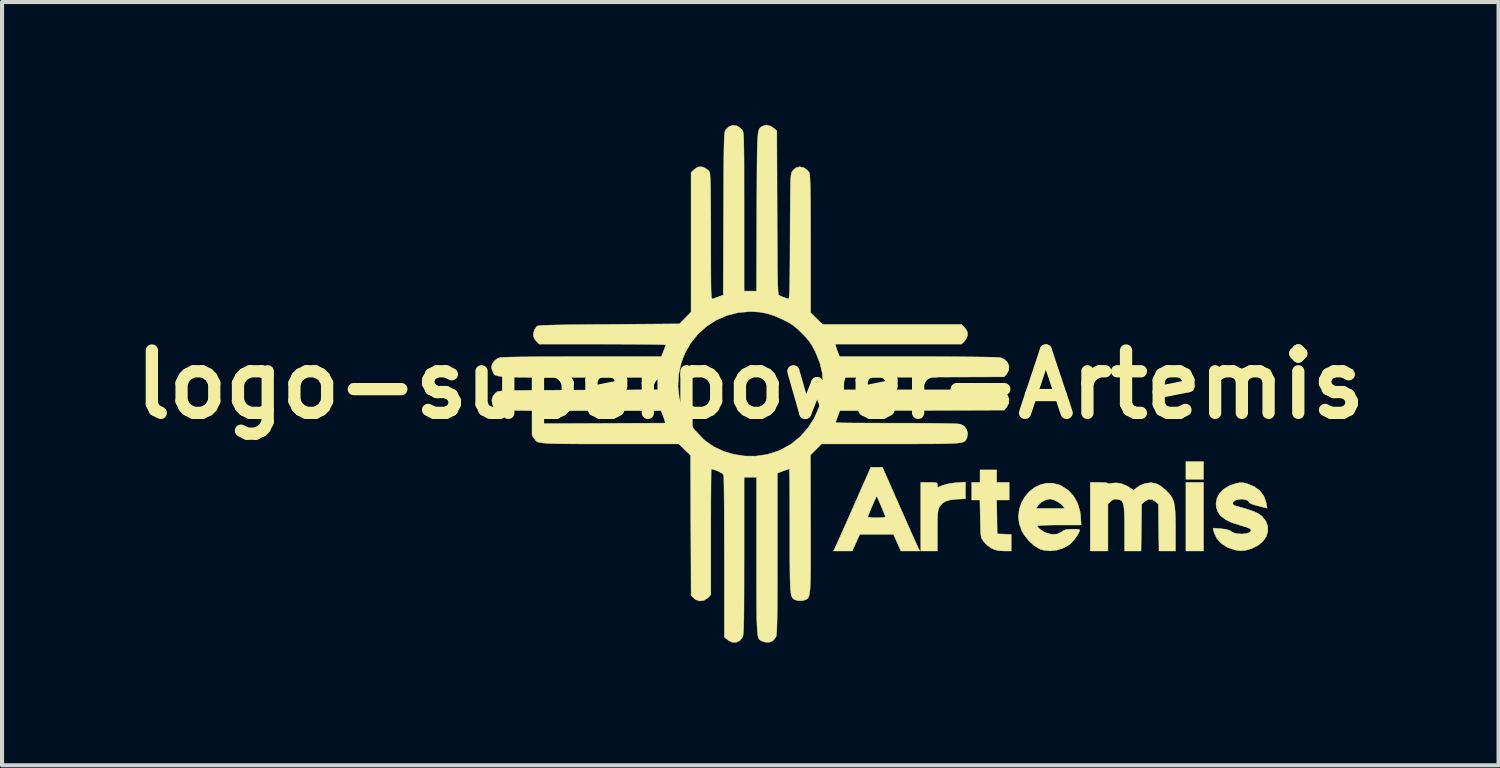
<source format=kicad_pcb>
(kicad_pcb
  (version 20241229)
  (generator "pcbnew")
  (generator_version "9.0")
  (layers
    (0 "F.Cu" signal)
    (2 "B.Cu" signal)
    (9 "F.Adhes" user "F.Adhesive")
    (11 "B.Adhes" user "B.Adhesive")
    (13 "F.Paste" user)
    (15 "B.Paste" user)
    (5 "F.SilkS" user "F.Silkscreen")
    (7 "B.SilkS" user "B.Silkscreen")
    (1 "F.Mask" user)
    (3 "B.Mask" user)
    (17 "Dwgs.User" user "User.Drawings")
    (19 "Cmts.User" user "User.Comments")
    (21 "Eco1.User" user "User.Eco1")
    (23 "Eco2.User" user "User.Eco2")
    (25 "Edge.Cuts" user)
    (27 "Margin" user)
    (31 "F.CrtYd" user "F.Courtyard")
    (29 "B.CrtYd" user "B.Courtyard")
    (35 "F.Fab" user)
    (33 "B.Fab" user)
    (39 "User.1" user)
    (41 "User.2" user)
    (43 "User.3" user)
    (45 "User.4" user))
  (footprint "logo-superpower-Artemis"
    (layer "F.Cu")
    (at 15.284 6.349)
    (property "Reference" "logo-superpower-Artemis" (at 0 0 0) (layer "F.SilkS") (effects (font (size 1.524 1.524) (thickness 0.3))))
    (attr through_hole)
    (fp_poly (pts (xy 11.074 2.311) (xy 10.643 2.311) (xy 10.643 1.88) (xy 11.074 1.88) (xy 11.074 2.311)) (stroke (width 0.01) (type solid)) (fill yes) (layer "F.SilkS"))
    (fp_poly (pts (xy 11.074 4.064) (xy 10.643 4.064) (xy 10.643 2.388) (xy 11.074 2.388) (xy 11.074 4.064)) (stroke (width 0.01) (type solid)) (fill yes) (layer "F.SilkS"))
    (fp_poly (pts (xy 6.02 2.388) (xy 6.325 2.388) (xy 6.325 2.819) (xy 6.019 2.819) (xy 6.026 3.232) (xy 6.032 3.645) (xy 6.204 3.652) (xy 6.375 3.66) (xy 6.375 4.064) (xy 6.203 4.064) (xy 6.081 4.058) (xy 5.983 4.035) (xy 5.901 4) (xy 5.781 3.92) (xy 5.699 3.83) (xy 5.673 3.792) (xy 5.654 3.756) (xy 5.64 3.715) (xy 5.632 3.66) (xy 5.626 3.582) (xy 5.622 3.473) (xy 5.619 3.324) (xy 5.618 3.273) (xy 5.61 2.819) (xy 5.41 2.819) (xy 5.41 2.388) (xy 5.613 2.388) (xy 5.613 2.083) (xy 6.02 2.083) (xy 6.02 2.388)) (stroke (width 0.01) (type solid)) (fill yes) (layer "F.SilkS"))
    (fp_poly (pts (xy 5.257 2.788) (xy 5.045 2.799) (xy 4.885 2.816) (xy 4.766 2.852) (xy 4.679 2.909) (xy 4.619 2.992) (xy 4.615 2.998) (xy 4.6 3.036) (xy 4.588 3.084) (xy 4.58 3.15) (xy 4.575 3.242) (xy 4.572 3.366) (xy 4.571 3.532) (xy 4.571 3.575) (xy 4.571 4.064) (xy 4.165 4.064) (xy 4.165 2.388) (xy 4.368 2.388) (xy 4.469 2.388) (xy 4.529 2.393) (xy 4.559 2.404) (xy 4.57 2.424) (xy 4.571 2.449) (xy 4.571 2.51) (xy 4.704 2.459) (xy 4.8 2.431) (xy 4.922 2.408) (xy 5.047 2.394) (xy 5.047 2.394) (xy 5.257 2.38) (xy 5.257 2.788)) (stroke (width 0.01) (type solid)) (fill yes) (layer "F.SilkS"))
    (fp_poly (pts (xy 3.655 2.985) (xy 3.748 3.194) (xy 3.835 3.39) (xy 3.914 3.569) (xy 3.983 3.724) (xy 4.04 3.85) (xy 4.082 3.943) (xy 4.106 3.997) (xy 4.111 4.007) (xy 4.142 4.064) (xy 3.681 4.064) (xy 3.589 3.861) (xy 3.498 3.658) (xy 2.674 3.658) (xy 2.583 3.861) (xy 2.491 4.064) (xy 2.03 4.064) (xy 2.061 4.007) (xy 2.077 3.972) (xy 2.112 3.895) (xy 2.163 3.783) (xy 2.227 3.64) (xy 2.302 3.471) (xy 2.386 3.282) (xy 2.408 3.232) (xy 2.87 3.232) (xy 2.894 3.241) (xy 2.956 3.247) (xy 3.046 3.251) (xy 3.086 3.251) (xy 3.184 3.249) (xy 3.258 3.242) (xy 3.298 3.233) (xy 3.302 3.229) (xy 3.293 3.201) (xy 3.268 3.139) (xy 3.233 3.054) (xy 3.193 2.96) (xy 3.153 2.867) (xy 3.119 2.789) (xy 3.095 2.738) (xy 3.088 2.725) (xy 3.077 2.744) (xy 3.051 2.798) (xy 3.016 2.876) (xy 2.977 2.967) (xy 2.937 3.06) (xy 2.903 3.143) (xy 2.879 3.204) (xy 2.87 3.232) (xy 2.408 3.232) (xy 2.476 3.077) (xy 2.517 2.985) (xy 2.943 2.019) (xy 3.229 2.019) (xy 3.655 2.985)) (stroke (width 0.01) (type solid)) (fill yes) (layer "F.SilkS"))
    (fp_poly (pts (xy 8.619 2.39) (xy 8.694 2.397) (xy 8.734 2.407) (xy 8.738 2.411) (xy 8.759 2.421) (xy 8.816 2.412) (xy 8.829 2.409) (xy 8.946 2.399) (xy 9.079 2.423) (xy 9.208 2.477) (xy 9.265 2.513) (xy 9.362 2.583) (xy 9.447 2.513) (xy 9.525 2.463) (xy 9.622 2.422) (xy 9.657 2.412) (xy 9.792 2.395) (xy 9.915 2.417) (xy 10.036 2.481) (xy 10.163 2.59) (xy 10.164 2.591) (xy 10.231 2.661) (xy 10.283 2.727) (xy 10.322 2.797) (xy 10.35 2.878) (xy 10.369 2.978) (xy 10.381 3.103) (xy 10.387 3.262) (xy 10.389 3.463) (xy 10.389 3.535) (xy 10.389 4.064) (xy 9.986 4.064) (xy 9.97 2.917) (xy 9.898 2.855) (xy 9.811 2.804) (xy 9.725 2.803) (xy 9.638 2.852) (xy 9.634 2.855) (xy 9.563 2.917) (xy 9.547 4.064) (xy 9.144 4.064) (xy 9.144 3.517) (xy 9.143 3.312) (xy 9.139 3.152) (xy 9.132 3.031) (xy 9.12 2.944) (xy 9.101 2.883) (xy 9.076 2.844) (xy 9.042 2.821) (xy 9.012 2.81) (xy 8.921 2.796) (xy 8.854 2.813) (xy 8.8 2.856) (xy 8.738 2.919) (xy 8.738 4.064) (xy 8.306 4.064) (xy 8.306 2.388) (xy 8.522 2.388) (xy 8.619 2.39)) (stroke (width 0.01) (type solid)) (fill yes) (layer "F.SilkS"))
    (fp_poly (pts (xy 7.399 2.409) (xy 7.565 2.455) (xy 7.599 2.471) (xy 7.767 2.581) (xy 7.902 2.726) (xy 8 2.903) (xy 8.058 3.106) (xy 8.072 3.232) (xy 8.084 3.429) (xy 7.547 3.429) (xy 7.388 3.43) (xy 7.248 3.433) (xy 7.134 3.437) (xy 7.053 3.442) (xy 7.013 3.448) (xy 7.01 3.45) (xy 7.031 3.489) (xy 7.085 3.538) (xy 7.159 3.587) (xy 7.226 3.621) (xy 7.368 3.659) (xy 7.497 3.65) (xy 7.608 3.596) (xy 7.662 3.56) (xy 7.719 3.54) (xy 7.797 3.532) (xy 7.872 3.531) (xy 7.96 3.533) (xy 8.024 3.54) (xy 8.051 3.549) (xy 8.051 3.55) (xy 8.034 3.603) (xy 7.991 3.68) (xy 7.932 3.764) (xy 7.868 3.842) (xy 7.807 3.901) (xy 7.803 3.904) (xy 7.657 3.989) (xy 7.492 4.043) (xy 7.322 4.062) (xy 7.161 4.045) (xy 7.068 4.014) (xy 6.933 3.931) (xy 6.803 3.812) (xy 6.691 3.671) (xy 6.633 3.572) (xy 6.571 3.398) (xy 6.551 3.223) (xy 6.57 3.053) (xy 6.58 3.023) (xy 6.982 3.023) (xy 7.677 3.023) (xy 7.64 2.965) (xy 7.588 2.913) (xy 7.507 2.86) (xy 7.416 2.817) (xy 7.337 2.795) (xy 7.322 2.794) (xy 7.214 2.816) (xy 7.11 2.872) (xy 7.038 2.944) (xy 6.982 3.023) (xy 6.58 3.023) (xy 6.623 2.892) (xy 6.705 2.746) (xy 6.811 2.619) (xy 6.939 2.517) (xy 7.082 2.445) (xy 7.237 2.407) (xy 7.399 2.409)) (stroke (width 0.01) (type solid)) (fill yes) (layer "F.SilkS"))
    (fp_poly (pts (xy 12.044 2.398) (xy 12.14 2.42) (xy 12.147 2.423) (xy 12.321 2.495) (xy 12.457 2.599) (xy 12.553 2.733) (xy 12.608 2.894) (xy 12.611 2.912) (xy 12.627 3.017) (xy 12.411 2.964) (xy 12.294 2.932) (xy 12.222 2.904) (xy 12.188 2.876) (xy 12.184 2.867) (xy 12.15 2.827) (xy 12.083 2.804) (xy 12 2.797) (xy 11.914 2.806) (xy 11.842 2.83) (xy 11.797 2.869) (xy 11.79 2.888) (xy 11.793 2.925) (xy 11.824 2.95) (xy 11.892 2.972) (xy 12.082 3.024) (xy 12.229 3.071) (xy 12.341 3.115) (xy 12.427 3.16) (xy 12.493 3.209) (xy 12.505 3.221) (xy 12.598 3.337) (xy 12.644 3.462) (xy 12.645 3.589) (xy 12.605 3.713) (xy 12.526 3.827) (xy 12.409 3.925) (xy 12.257 4.002) (xy 12.193 4.023) (xy 12.075 4.052) (xy 11.975 4.059) (xy 11.868 4.045) (xy 11.83 4.036) (xy 11.656 3.975) (xy 11.512 3.883) (xy 11.403 3.764) (xy 11.336 3.625) (xy 11.328 3.594) (xy 11.308 3.504) (xy 11.502 3.52) (xy 11.618 3.534) (xy 11.696 3.555) (xy 11.749 3.585) (xy 11.756 3.591) (xy 11.82 3.624) (xy 11.913 3.644) (xy 12.017 3.649) (xy 12.115 3.639) (xy 12.19 3.615) (xy 12.209 3.601) (xy 12.234 3.568) (xy 12.23 3.539) (xy 12.194 3.512) (xy 12.12 3.482) (xy 12.003 3.446) (xy 11.972 3.437) (xy 11.769 3.371) (xy 11.612 3.296) (xy 11.498 3.211) (xy 11.425 3.112) (xy 11.386 2.996) (xy 11.379 2.904) (xy 11.403 2.77) (xy 11.473 2.648) (xy 11.581 2.543) (xy 11.724 2.461) (xy 11.877 2.411) (xy 11.966 2.395) (xy 12.044 2.398)) (stroke (width 0.01) (type solid)) (fill yes) (layer "F.SilkS"))
    (fp_poly (pts (xy 0.501 -6.316) (xy 0.577 -6.263) (xy 0.648 -6.202) (xy 0.655 -4.209) (xy 0.656 -3.825) (xy 0.658 -3.49) (xy 0.66 -3.199) (xy 0.662 -2.952) (xy 0.664 -2.745) (xy 0.668 -2.575) (xy 0.671 -2.44) (xy 0.675 -2.337) (xy 0.68 -2.263) (xy 0.685 -2.217) (xy 0.691 -2.194) (xy 0.693 -2.191) (xy 0.738 -2.165) (xy 0.8 -2.14) (xy 0.869 -2.115) (xy 0.92 -2.096) (xy 0.929 -2.094) (xy 0.937 -2.101) (xy 0.944 -2.119) (xy 0.949 -2.152) (xy 0.954 -2.204) (xy 0.958 -2.278) (xy 0.961 -2.379) (xy 0.963 -2.509) (xy 0.965 -2.674) (xy 0.967 -2.875) (xy 0.969 -3.118) (xy 0.97 -3.405) (xy 0.971 -3.615) (xy 0.972 -3.933) (xy 0.974 -4.204) (xy 0.975 -4.432) (xy 0.977 -4.62) (xy 0.979 -4.774) (xy 0.982 -4.897) (xy 0.985 -4.993) (xy 0.989 -5.066) (xy 0.995 -5.119) (xy 1.001 -5.157) (xy 1.008 -5.184) (xy 1.017 -5.203) (xy 1.028 -5.219) (xy 1.031 -5.224) (xy 1.112 -5.298) (xy 1.206 -5.324) (xy 1.305 -5.302) (xy 1.326 -5.291) (xy 1.39 -5.242) (xy 1.438 -5.186) (xy 1.441 -5.18) (xy 1.448 -5.155) (xy 1.453 -5.106) (xy 1.458 -5.03) (xy 1.462 -4.924) (xy 1.466 -4.785) (xy 1.468 -4.611) (xy 1.47 -4.397) (xy 1.472 -4.143) (xy 1.472 -3.843) (xy 1.473 -3.497) (xy 1.473 -3.438) (xy 1.473 -1.757) (xy 1.619 -1.615) (xy 1.764 -1.473) (xy 3.462 -1.473) (xy 5.16 -1.473) (xy 5.234 -1.399) (xy 5.297 -1.307) (xy 5.31 -1.209) (xy 5.274 -1.113) (xy 5.234 -1.065) (xy 5.16 -0.991) (xy 2.077 -0.991) (xy 2.094 -0.922) (xy 2.117 -0.849) (xy 2.147 -0.77) (xy 2.147 -0.77) (xy 2.182 -0.686) (xy 4.094 -0.685) (xy 4.416 -0.685) (xy 4.721 -0.684) (xy 5.006 -0.682) (xy 5.267 -0.68) (xy 5.5 -0.678) (xy 5.701 -0.675) (xy 5.867 -0.672) (xy 5.993 -0.668) (xy 6.076 -0.665) (xy 6.109 -0.661) (xy 6.214 -0.616) (xy 6.286 -0.544) (xy 6.321 -0.454) (xy 6.316 -0.358) (xy 6.266 -0.264) (xy 6.263 -0.262) (xy 6.202 -0.191) (xy 4.244 -0.184) (xy 2.286 -0.177) (xy 2.286 0.127) (xy 4.179 0.127) (xy 4.546 0.127) (xy 4.865 0.127) (xy 5.141 0.128) (xy 5.376 0.129) (xy 5.574 0.131) (xy 5.738 0.134) (xy 5.872 0.138) (xy 5.98 0.144) (xy 6.064 0.151) (xy 6.128 0.161) (xy 6.176 0.172) (xy 6.211 0.186) (xy 6.237 0.202) (xy 6.256 0.221) (xy 6.273 0.242) (xy 6.283 0.257) (xy 6.321 0.351) (xy 6.315 0.454) (xy 6.266 0.547) (xy 6.263 0.551) (xy 6.202 0.622) (xy 2.188 0.636) (xy 2.135 0.776) (xy 2.107 0.853) (xy 2.088 0.909) (xy 2.083 0.928) (xy 2.107 0.93) (xy 2.178 0.932) (xy 2.291 0.934) (xy 2.442 0.936) (xy 2.625 0.937) (xy 2.837 0.938) (xy 3.073 0.939) (xy 3.328 0.94) (xy 3.562 0.94) (xy 3.894 0.94) (xy 4.191 0.942) (xy 4.453 0.944) (xy 4.676 0.947) (xy 4.859 0.951) (xy 4.998 0.955) (xy 5.091 0.96) (xy 5.135 0.966) (xy 5.225 1.015) (xy 5.286 1.095) (xy 5.311 1.192) (xy 5.295 1.295) (xy 5.282 1.322) (xy 5.269 1.346) (xy 5.254 1.367) (xy 5.235 1.385) (xy 5.206 1.4) (xy 5.166 1.412) (xy 5.11 1.422) (xy 5.034 1.43) (xy 4.935 1.436) (xy 4.809 1.441) (xy 4.653 1.444) (xy 4.463 1.446) (xy 4.236 1.447) (xy 3.967 1.448) (xy 3.654 1.448) (xy 3.424 1.448) (xy 1.74 1.449) (xy 1.604 1.585) (xy 1.468 1.721) (xy 1.472 3.399) (xy 1.473 3.744) (xy 1.473 4.041) (xy 1.473 4.295) (xy 1.472 4.508) (xy 1.47 4.686) (xy 1.466 4.831) (xy 1.462 4.946) (xy 1.455 5.037) (xy 1.446 5.105) (xy 1.435 5.156) (xy 1.422 5.191) (xy 1.406 5.216) (xy 1.387 5.234) (xy 1.364 5.248) (xy 1.348 5.257) (xy 1.267 5.279) (xy 1.172 5.279) (xy 1.091 5.257) (xy 1.091 5.257) (xy 1.065 5.243) (xy 1.044 5.227) (xy 1.026 5.205) (xy 1.01 5.175) (xy 0.998 5.13) (xy 0.988 5.069) (xy 0.98 4.987) (xy 0.975 4.88) (xy 0.971 4.745) (xy 0.968 4.578) (xy 0.966 4.374) (xy 0.965 4.13) (xy 0.965 3.842) (xy 0.965 3.57) (xy 0.965 3.298) (xy 0.964 3.042) (xy 0.964 2.806) (xy 0.962 2.594) (xy 0.961 2.411) (xy 0.959 2.262) (xy 0.957 2.15) (xy 0.955 2.08) (xy 0.953 2.057) (xy 0.925 2.066) (xy 0.864 2.087) (xy 0.801 2.11) (xy 0.66 2.163) (xy 0.66 4.131) (xy 0.66 4.499) (xy 0.66 4.82) (xy 0.659 5.097) (xy 0.658 5.333) (xy 0.657 5.531) (xy 0.655 5.696) (xy 0.652 5.83) (xy 0.649 5.936) (xy 0.645 6.018) (xy 0.641 6.079) (xy 0.636 6.123) (xy 0.629 6.153) (xy 0.622 6.173) (xy 0.622 6.173) (xy 0.554 6.256) (xy 0.463 6.296) (xy 0.356 6.291) (xy 0.291 6.269) (xy 0.266 6.257) (xy 0.244 6.246) (xy 0.225 6.23) (xy 0.209 6.207) (xy 0.195 6.174) (xy 0.184 6.127) (xy 0.175 6.062) (xy 0.168 5.977) (xy 0.163 5.867) (xy 0.158 5.73) (xy 0.156 5.562) (xy 0.154 5.361) (xy 0.153 5.121) (xy 0.152 4.84) (xy 0.152 4.516) (xy 0.152 4.18) (xy 0.152 2.261) (xy -0.152 2.261) (xy -0.152 4.18) (xy -0.153 4.543) (xy -0.153 4.859) (xy -0.154 5.131) (xy -0.155 5.363) (xy -0.156 5.557) (xy -0.158 5.717) (xy -0.161 5.847) (xy -0.164 5.95) (xy -0.168 6.029) (xy -0.173 6.088) (xy -0.178 6.129) (xy -0.185 6.157) (xy -0.191 6.173) (xy -0.258 6.255) (xy -0.346 6.296) (xy -0.444 6.293) (xy -0.542 6.245) (xy -0.557 6.233) (xy -0.635 6.168) (xy -0.635 4.22) (xy -0.636 3.909) (xy -0.636 3.612) (xy -0.637 3.333) (xy -0.638 3.075) (xy -0.64 2.844) (xy -0.642 2.643) (xy -0.644 2.475) (xy -0.646 2.346) (xy -0.648 2.259) (xy -0.65 2.219) (xy -0.651 2.217) (xy -0.682 2.172) (xy -0.755 2.129) (xy -0.804 2.109) (xy -0.88 2.081) (xy -0.935 2.062) (xy -0.953 2.057) (xy -0.956 2.082) (xy -0.958 2.153) (xy -0.959 2.266) (xy -0.961 2.417) (xy -0.962 2.601) (xy -0.964 2.815) (xy -0.964 3.052) (xy -0.965 3.31) (xy -0.965 3.584) (xy -0.965 5.135) (xy -1.039 5.209) (xy -1.131 5.27) (xy -1.231 5.286) (xy -1.328 5.257) (xy -1.38 5.217) (xy -1.447 5.15) (xy -1.454 3.437) (xy -1.46 1.724) (xy -1.604 1.586) (xy -1.748 1.448) (xy -3.417 1.448) (xy -3.763 1.448) (xy -4.062 1.448) (xy -4.318 1.447) (xy -4.534 1.445) (xy -4.713 1.443) (xy -4.859 1.438) (xy -4.976 1.433) (xy -5.067 1.425) (xy -5.135 1.414) (xy -5.186 1.402) (xy -5.221 1.386) (xy -5.244 1.367) (xy -5.26 1.344) (xy -5.272 1.318) (xy -5.281 1.29) (xy -5.305 1.197) (xy -5.297 1.126) (xy -5.253 1.056) (xy -5.234 1.035) (xy -5.16 0.953) (xy -3.619 0.946) (xy -2.078 0.939) (xy -2.095 0.871) (xy -2.117 0.798) (xy -2.147 0.719) (xy -2.147 0.719) (xy -2.182 0.635) (xy -4.153 0.635) (xy -4.527 0.635) (xy -4.853 0.635) (xy -5.135 0.635) (xy -5.376 0.634) (xy -5.58 0.632) (xy -5.749 0.629) (xy -5.888 0.625) (xy -5.999 0.619) (xy -6.086 0.612) (xy -6.152 0.602) (xy -6.2 0.591) (xy -6.235 0.577) (xy -6.258 0.56) (xy -6.274 0.54) (xy -6.285 0.517) (xy -6.296 0.491) (xy -6.299 0.483) (xy -6.317 0.379) (xy -6.289 0.278) (xy -6.218 0.196) (xy -6.215 0.193) (xy -6.201 0.183) (xy -6.185 0.175) (xy -6.163 0.167) (xy -6.133 0.161) (xy -6.09 0.155) (xy -6.031 0.151) (xy -5.953 0.147) (xy -5.853 0.144) (xy -5.725 0.142) (xy -5.568 0.14) (xy -5.378 0.138) (xy -5.151 0.137) (xy -4.884 0.135) (xy -4.573 0.134) (xy -4.215 0.133) (xy -4.202 0.133) (xy -2.261 0.126) (xy -2.261 0.041) (xy -1.768 0.041) (xy -1.736 0.326) (xy -1.657 0.601) (xy -1.53 0.863) (xy -1.358 1.109) (xy -1.142 1.335) (xy -1.091 1.379) (xy -0.889 1.519) (xy -0.655 1.628) (xy -0.4 1.704) (xy -0.134 1.744) (xy 0.133 1.746) (xy 0.391 1.709) (xy 0.419 1.702) (xy 0.537 1.668) (xy 0.658 1.627) (xy 0.755 1.588) (xy 0.757 1.587) (xy 1.004 1.447) (xy 1.223 1.268) (xy 1.411 1.055) (xy 1.564 0.815) (xy 1.679 0.553) (xy 1.751 0.275) (xy 1.778 -0.013) (xy 1.778 -0.031) (xy 1.758 -0.285) (xy 1.699 -0.532) (xy 1.598 -0.784) (xy 1.584 -0.812) (xy 1.516 -0.941) (xy 1.449 -1.046) (xy 1.368 -1.145) (xy 1.26 -1.258) (xy 1.259 -1.259) (xy 1.147 -1.366) (xy 1.048 -1.447) (xy 0.945 -1.514) (xy 0.819 -1.58) (xy 0.812 -1.583) (xy 0.606 -1.676) (xy 0.419 -1.737) (xy 0.235 -1.772) (xy 0.035 -1.785) (xy 0 -1.786) (xy -0.291 -1.762) (xy -0.569 -1.692) (xy -0.83 -1.578) (xy -1.068 -1.425) (xy -1.279 -1.236) (xy -1.458 -1.014) (xy -1.601 -0.763) (xy -1.685 -0.546) (xy -1.751 -0.251) (xy -1.768 0.041) (xy -2.261 0.041) (xy -2.261 -0.178) (xy -4.192 -0.178) (xy -4.562 -0.178) (xy -4.883 -0.178) (xy -5.161 -0.178) (xy -5.398 -0.179) (xy -5.598 -0.181) (xy -5.764 -0.184) (xy -5.899 -0.188) (xy -6.007 -0.194) (xy -6.091 -0.201) (xy -6.155 -0.21) (xy -6.201 -0.222) (xy -6.234 -0.235) (xy -6.256 -0.251) (xy -6.272 -0.27) (xy -6.283 -0.292) (xy -6.294 -0.317) (xy -6.317 -0.385) (xy -6.325 -0.435) (xy -6.302 -0.514) (xy -6.244 -0.59) (xy -6.164 -0.645) (xy -6.127 -0.659) (xy -6.081 -0.665) (xy -5.985 -0.67) (xy -5.841 -0.674) (xy -5.65 -0.678) (xy -5.412 -0.68) (xy -5.129 -0.683) (xy -4.803 -0.684) (xy -4.433 -0.685) (xy -4.102 -0.686) (xy -2.171 -0.686) (xy -2.121 -0.819) (xy -2.092 -0.896) (xy -2.07 -0.952) (xy -2.062 -0.972) (xy -2.085 -0.975) (xy -2.155 -0.978) (xy -2.266 -0.981) (xy -2.416 -0.984) (xy -2.599 -0.986) (xy -2.811 -0.988) (xy -3.049 -0.989) (xy -3.306 -0.99) (xy -3.58 -0.991) (xy -3.606 -0.991) (xy -5.159 -0.991) (xy -5.22 -1.052) (xy -5.268 -1.115) (xy -5.298 -1.179) (xy -5.298 -1.263) (xy -5.268 -1.354) (xy -5.217 -1.424) (xy -5.213 -1.428) (xy -5.195 -1.435) (xy -5.155 -1.441) (xy -5.091 -1.446) (xy -4.999 -1.451) (xy -4.877 -1.455) (xy -4.721 -1.459) (xy -4.528 -1.462) (xy -4.296 -1.465) (xy -4.022 -1.468) (xy -3.701 -1.471) (xy -3.451 -1.473) (xy -1.729 -1.486) (xy -1.588 -1.63) (xy -1.448 -1.774) (xy -1.448 -3.479) (xy -1.448 -5.184) (xy -1.386 -5.245) (xy -1.324 -5.293) (xy -1.262 -5.322) (xy -1.181 -5.321) (xy -1.094 -5.287) (xy -1.022 -5.232) (xy -0.994 -5.192) (xy -0.987 -5.159) (xy -0.982 -5.091) (xy -0.977 -4.986) (xy -0.973 -4.841) (xy -0.97 -4.655) (xy -0.968 -4.426) (xy -0.966 -4.151) (xy -0.965 -3.829) (xy -0.965 -3.603) (xy -0.965 -3.286) (xy -0.965 -3.017) (xy -0.964 -2.791) (xy -0.963 -2.604) (xy -0.962 -2.454) (xy -0.96 -2.335) (xy -0.957 -2.245) (xy -0.953 -2.18) (xy -0.948 -2.136) (xy -0.942 -2.11) (xy -0.935 -2.097) (xy -0.927 -2.094) (xy -0.921 -2.095) (xy -0.87 -2.115) (xy -0.795 -2.142) (xy -0.769 -2.151) (xy -0.662 -2.189) (xy -0.655 -4.174) (xy -0.653 -4.54) (xy -0.652 -4.858) (xy -0.651 -5.132) (xy -0.649 -5.365) (xy -0.647 -5.562) (xy -0.645 -5.724) (xy -0.642 -5.857) (xy -0.639 -5.962) (xy -0.636 -6.044) (xy -0.631 -6.106) (xy -0.626 -6.152) (xy -0.62 -6.184) (xy -0.613 -6.206) (xy -0.605 -6.222) (xy -0.602 -6.227) (xy -0.525 -6.303) (xy -0.433 -6.338) (xy -0.336 -6.327) (xy -0.329 -6.324) (xy -0.257 -6.28) (xy -0.202 -6.229) (xy -0.193 -6.216) (xy -0.185 -6.2) (xy -0.178 -6.177) (xy -0.172 -6.144) (xy -0.167 -6.097) (xy -0.163 -6.034) (xy -0.16 -5.95) (xy -0.158 -5.842) (xy -0.156 -5.706) (xy -0.154 -5.54) (xy -0.153 -5.339) (xy -0.153 -5.1) (xy -0.153 -4.82) (xy -0.152 -4.496) (xy -0.152 -4.226) (xy -0.152 -2.286) (xy 0.151 -2.286) (xy 0.158 -4.224) (xy 0.159 -4.591) (xy 0.161 -4.912) (xy 0.162 -5.188) (xy 0.164 -5.423) (xy 0.166 -5.621) (xy 0.169 -5.786) (xy 0.174 -5.92) (xy 0.18 -6.027) (xy 0.187 -6.111) (xy 0.196 -6.174) (xy 0.208 -6.22) (xy 0.222 -6.253) (xy 0.238 -6.276) (xy 0.258 -6.292) (xy 0.28 -6.305) (xy 0.306 -6.319) (xy 0.312 -6.322) (xy 0.403 -6.344) (xy 0.501 -6.316)) (stroke (width 0.01) (type solid)) (fill yes) (layer "F.SilkS")))
  (gr_rect
    (start -3 -3)
    (end 33.567 15.65)
    (stroke (width 0.1) (type default))
    (fill no)
    (layer "Edge.Cuts")))
</source>
